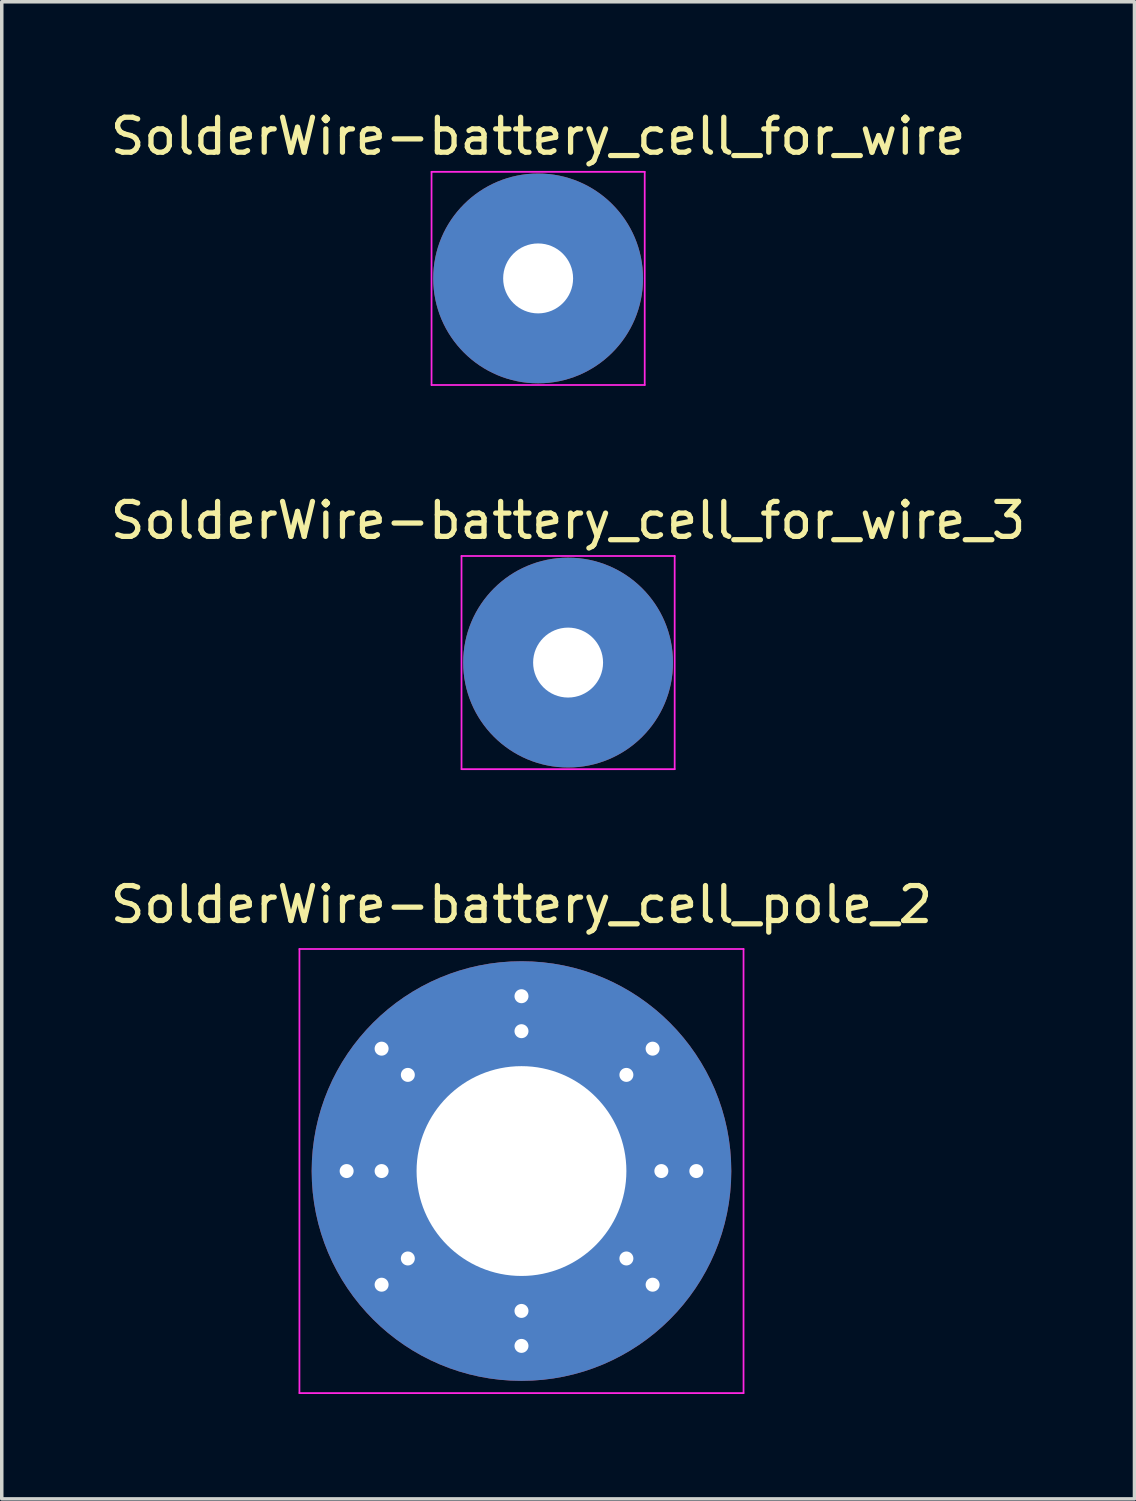
<source format=kicad_pcb>
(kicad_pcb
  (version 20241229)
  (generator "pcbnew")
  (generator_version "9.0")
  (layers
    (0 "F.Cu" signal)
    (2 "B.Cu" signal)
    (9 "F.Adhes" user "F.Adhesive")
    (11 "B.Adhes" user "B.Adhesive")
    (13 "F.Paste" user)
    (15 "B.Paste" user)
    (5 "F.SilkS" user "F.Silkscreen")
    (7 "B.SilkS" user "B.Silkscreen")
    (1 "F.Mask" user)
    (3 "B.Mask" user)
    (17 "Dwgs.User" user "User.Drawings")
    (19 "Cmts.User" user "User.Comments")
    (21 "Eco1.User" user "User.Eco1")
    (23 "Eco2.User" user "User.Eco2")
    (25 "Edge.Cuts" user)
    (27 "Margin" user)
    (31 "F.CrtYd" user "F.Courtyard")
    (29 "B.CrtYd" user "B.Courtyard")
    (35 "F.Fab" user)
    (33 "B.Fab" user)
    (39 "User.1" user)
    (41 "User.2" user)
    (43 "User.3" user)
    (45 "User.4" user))
  (footprint "SolderWire-battery_cell_for_wire_3"
    (layer "F.Cu")
    (at 13.196 15.898)
    (property "Reference" "SolderWire-battery_cell_for_wire_3" (at 0 -4.064 0) (layer "F.SilkS") (effects (font (size 1 1) (thickness 0.15))))
    (attr exclude_from_pos_files exclude_from_bom)
    (fp_line (start -3.048 -3.048) (end -3.048 3.048) (stroke (width 0.05) (type solid)) (layer "F.CrtYd"))
    (fp_line (start -3.048 3.048) (end 3.048 3.048) (stroke (width 0.05) (type solid)) (layer "F.CrtYd"))
    (fp_line (start 3.048 -3.048) (end -3.048 -3.048) (stroke (width 0.05) (type solid)) (layer "F.CrtYd"))
    (fp_line (start 3.048 3.048) (end 3.048 -3.048) (stroke (width 0.05) (type solid)) (layer "F.CrtYd"))
    (pad "1" thru_hole circle (at 0 0) (size 6 6) (drill 2) (layers "*.Cu" "*.Mask")))
  (footprint "SolderWire-battery_cell_pole_2"
    (layer "F.Cu")
    (at 11.863 30.439)
    (property "Reference" "SolderWire-battery_cell_pole_2" (at 0 -7.62 0) (layer "F.SilkS") (effects (font (size 1 1) (thickness 0.15))))
    (attr exclude_from_pos_files exclude_from_bom)
    (fp_line (start -6.35 -6.35) (end -6.35 6.35) (stroke (width 0.05) (type solid)) (layer "F.CrtYd"))
    (fp_line (start -6.35 6.35) (end 6.35 6.35) (stroke (width 0.05) (type solid)) (layer "F.CrtYd"))
    (fp_line (start 6.35 -6.35) (end -6.35 -6.35) (stroke (width 0.05) (type solid)) (layer "F.CrtYd"))
    (fp_line (start 6.35 6.35) (end 6.35 -6.35) (stroke (width 0.05) (type solid)) (layer "F.CrtYd"))
    (pad "" thru_hole circle (at -5 0) (size 0.8 0.8) (drill 0.4) (layers "*.Cu" "*.Mask"))
    (pad "" thru_hole circle (at -4 -3.5) (size 0.8 0.8) (drill 0.4) (layers "*.Cu" "*.Mask"))
    (pad "" thru_hole circle (at -4 0) (size 0.8 0.8) (drill 0.4) (layers "*.Cu" "*.Mask"))
    (pad "" thru_hole circle (at -4 3.25) (size 0.8 0.8) (drill 0.4) (layers "*.Cu" "*.Mask"))
    (pad "" thru_hole circle (at -3.25 -2.75) (size 0.8 0.8) (drill 0.4) (layers "*.Cu" "*.Mask"))
    (pad "" thru_hole circle (at -3.25 2.5) (size 0.8 0.8) (drill 0.4) (layers "*.Cu" "*.Mask"))
    (pad "" thru_hole circle (at 0 -5) (size 0.8 0.8) (drill 0.4) (layers "*.Cu" "*.Mask"))
    (pad "" thru_hole circle (at 0 -4) (size 0.8 0.8) (drill 0.4) (layers "*.Cu" "*.Mask"))
    (pad "" thru_hole circle (at 0 4) (size 0.8 0.8) (drill 0.4) (layers "*.Cu" "*.Mask"))
    (pad "" thru_hole circle (at 0 5) (size 0.8 0.8) (drill 0.4) (layers "*.Cu" "*.Mask"))
    (pad "" thru_hole circle (at 3 -2.75) (size 0.8 0.8) (drill 0.4) (layers "*.Cu" "*.Mask"))
    (pad "" thru_hole circle (at 3 2.5) (size 0.8 0.8) (drill 0.4) (layers "*.Cu" "*.Mask"))
    (pad "" thru_hole circle (at 3.75 -3.5) (size 0.8 0.8) (drill 0.4) (layers "*.Cu" "*.Mask"))
    (pad "" thru_hole circle (at 3.75 3.25) (size 0.8 0.8) (drill 0.4) (layers "*.Cu" "*.Mask"))
    (pad "" thru_hole circle (at 4 0) (size 0.8 0.8) (drill 0.4) (layers "*.Cu" "*.Mask"))
    (pad "" thru_hole circle (at 5 0) (size 0.8 0.8) (drill 0.4) (layers "*.Cu" "*.Mask"))
    (pad "1" thru_hole circle (at 0 0) (size 12 12) (drill 6) (layers "*.Cu" "*.Mask")))
  (footprint "SolderWire-battery_cell_for_wire"
    (layer "F.Cu")
    (at 12.339 4.912)
    (property "Reference" "SolderWire-battery_cell_for_wire" (at 0 -4.064 0) (layer "F.SilkS") (effects (font (size 1 1) (thickness 0.15))))
    (attr exclude_from_pos_files exclude_from_bom)
    (fp_line (start -3.048 -3.048) (end -3.048 3.048) (stroke (width 0.05) (type solid)) (layer "F.CrtYd"))
    (fp_line (start -3.048 3.048) (end 3.048 3.048) (stroke (width 0.05) (type solid)) (layer "F.CrtYd"))
    (fp_line (start 3.048 -3.048) (end -3.048 -3.048) (stroke (width 0.05) (type solid)) (layer "F.CrtYd"))
    (fp_line (start 3.048 3.048) (end 3.048 -3.048) (stroke (width 0.05) (type solid)) (layer "F.CrtYd"))
    (pad "1" thru_hole circle (at 0 0) (size 6 6) (drill 2) (layers "*.Cu" "*.Mask")))
  (gr_rect
    (start -3 -3)
    (end 29.393 39.814)
    (stroke (width 0.1) (type default))
    (fill no)
    (layer "Edge.Cuts")))
</source>
